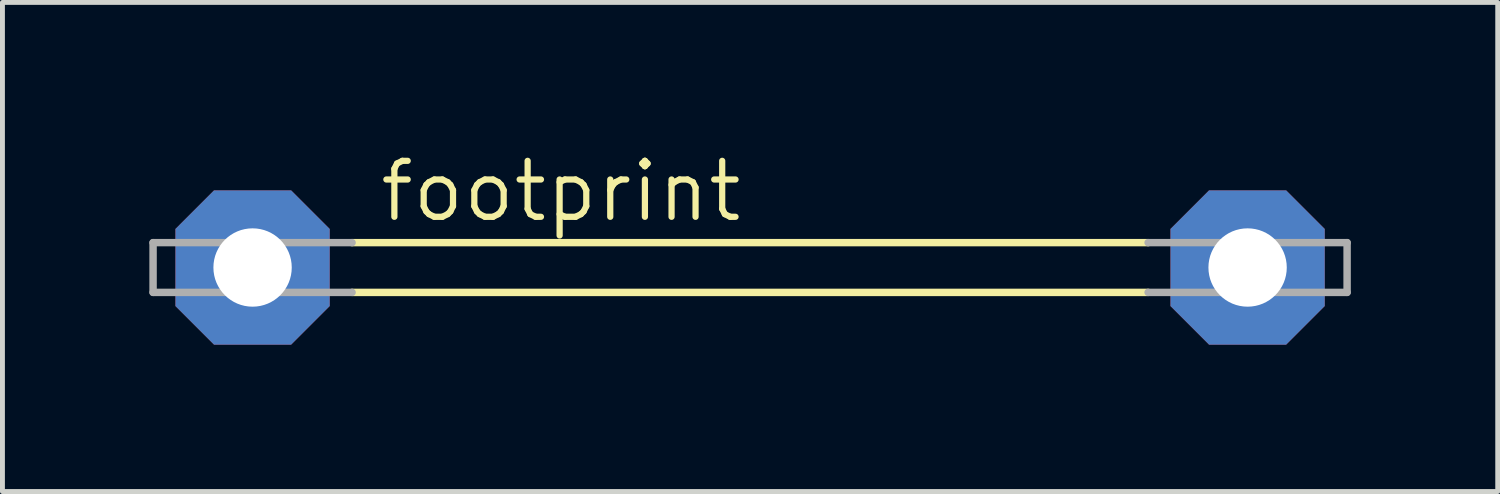
<source format=kicad_pcb>
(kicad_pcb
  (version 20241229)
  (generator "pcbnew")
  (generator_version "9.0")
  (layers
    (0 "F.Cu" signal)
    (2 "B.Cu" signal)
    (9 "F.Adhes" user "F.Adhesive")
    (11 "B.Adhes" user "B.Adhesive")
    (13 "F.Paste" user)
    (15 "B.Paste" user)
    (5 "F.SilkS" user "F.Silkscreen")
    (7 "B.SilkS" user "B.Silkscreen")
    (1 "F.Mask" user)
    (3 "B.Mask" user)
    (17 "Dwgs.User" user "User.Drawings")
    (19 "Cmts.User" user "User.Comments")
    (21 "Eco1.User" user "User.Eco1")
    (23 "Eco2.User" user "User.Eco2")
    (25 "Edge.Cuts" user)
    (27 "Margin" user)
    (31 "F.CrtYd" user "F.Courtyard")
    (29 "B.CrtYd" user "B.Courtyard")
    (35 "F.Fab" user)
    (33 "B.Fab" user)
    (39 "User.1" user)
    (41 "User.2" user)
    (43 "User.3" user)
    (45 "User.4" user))
  (footprint "footprint"
    (layer "F.Cu")
    (at 12.268 2.413)
    (property "Reference" "footprint" (at -7.62 -0.889 0) (layer "F.SilkS") (effects (font (size 1.143 1.143) (thickness 0.127)) (justify left bottom)))
    (fp_line (start -8.128 -0.508) (end 8.128 -0.508) (stroke (width 0.152) (type solid)) (layer "F.SilkS"))
    (fp_line (start -8.128 0.508) (end 8.128 0.508) (stroke (width 0.152) (type solid)) (layer "F.SilkS"))
    (fp_line (start -12.192 -0.508) (end -12.192 0.508) (stroke (width 0.152) (type solid)) (layer "F.Fab"))
    (fp_line (start -12.192 0.508) (end -8.128 0.508) (stroke (width 0.152) (type solid)) (layer "F.Fab"))
    (fp_line (start -8.128 -0.508) (end -12.192 -0.508) (stroke (width 0.152) (type solid)) (layer "F.Fab"))
    (fp_line (start 8.128 0.508) (end 12.192 0.508) (stroke (width 0.152) (type solid)) (layer "F.Fab"))
    (fp_line (start 12.192 -0.508) (end 8.128 -0.508) (stroke (width 0.152) (type solid)) (layer "F.Fab"))
    (fp_line (start 12.192 0.508) (end 12.192 -0.508) (stroke (width 0.152) (type solid)) (layer "F.Fab"))
    (pad "1" thru_hole roundrect (at -10.16 0) (size 3.15 3.15) (drill 1.6) (layers "*.Cu" "*.Mask") (roundrect_rratio 0.25) (chamfer_ratio 0.25) (chamfer top_left top_right bottom_left bottom_right))
    (pad "2" thru_hole roundrect (at 10.16 0) (size 3.15 3.15) (drill 1.6) (layers "*.Cu" "*.Mask") (roundrect_rratio 0.25) (chamfer_ratio 0.25) (chamfer top_left top_right bottom_left bottom_right)))
  (gr_rect
    (start -3 -3)
    (end 27.536 6.988)
    (stroke (width 0.1) (type default))
    (fill no)
    (layer "Edge.Cuts")))
</source>
